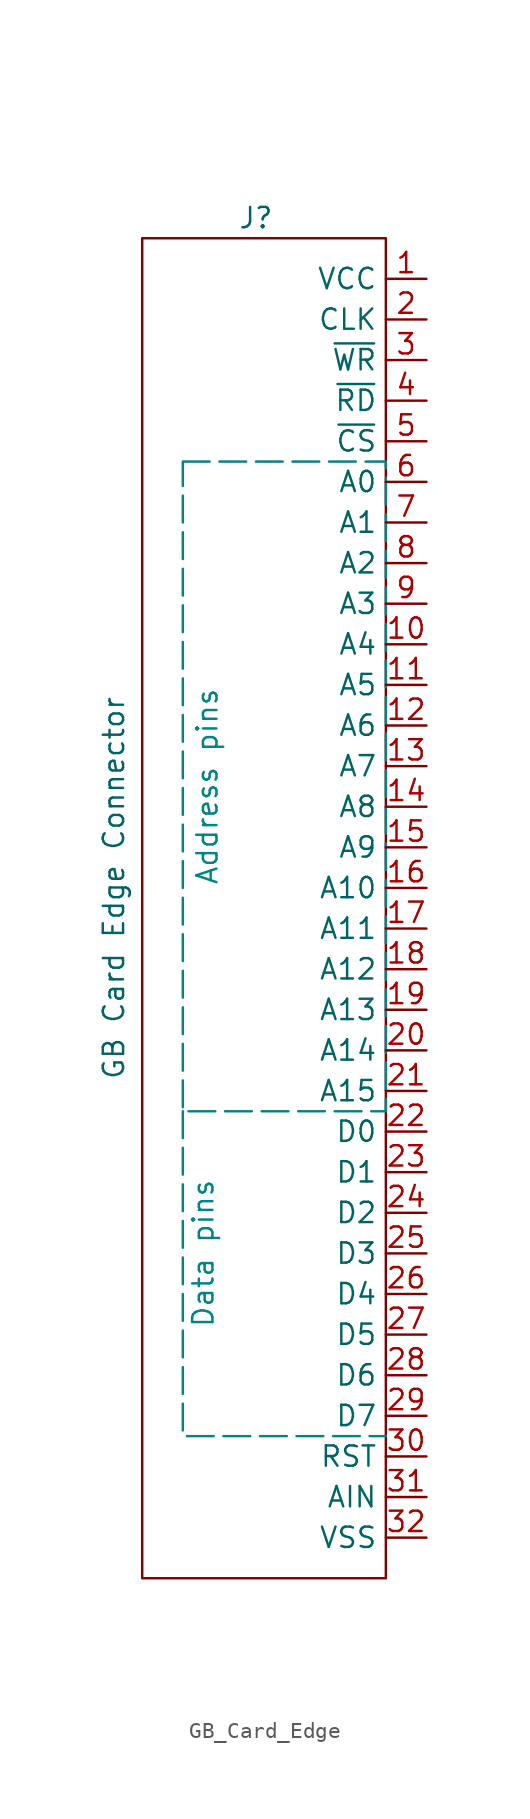
<source format=kicad_sym>
(kicad_symbol_lib
  (version 20241209)
  (generator "kicad_symbol_editor")
  (generator_version "9.0")
  (symbol "GB_Card_Edge"
    (property "Reference" "J"
      (at -10.668 41.91 0)
      (effects (font (size 1.27 1.27))))
    (property "Value" "GB Card Edge Connector"
      (at -19.558 0 90)
      (effects (font (size 1.27 1.27))))
    (symbol "GB_Card_Edge_0_1"
      (rectangle (start -17.78 40.64) (end -2.54 -43.18) (stroke (width 0) (type default)) (fill (type none))))
    (symbol "GB_Card_Edge_1_1"
      (rectangle (start -15.24 26.67) (end -2.54 -13.97) (stroke (width 0) (type dash) (color 0 132 132 1)) (fill (type none)))
      (polyline (pts (xy -15.24 -13.97) (xy -15.24 -34.29) (xy -2.54 -34.29)) (stroke (width 0) (type dash) (color 0 132 132 1)) (fill (type none)))
      (text "Data pins" (at -13.97 -22.86 900) (effects (font (size 1.27 1.27) (color 0 132 132 1))))
      (text "Address pins" (at -13.716 6.35 900) (effects (font (size 1.27 1.27) (color 0 132 132 1))))
      (pin power_in line (at 0 38.1 180) (length 2.54) (name "VCC" (effects (font (size 1.27 1.27)))) (number "1" (effects (font (size 1.27 1.27)))))
      (pin input line (at 0 35.56 180) (length 2.54) (name "CLK" (effects (font (size 1.27 1.27)))) (number "2" (effects (font (size 1.27 1.27)))))
      (pin input line (at 0 33.02 180) (length 2.54) (name "~{WR}" (effects (font (size 1.27 1.27)))) (number "3" (effects (font (size 1.27 1.27)))))
      (pin input line (at 0 30.48 180) (length 2.54) (name "~{RD}" (effects (font (size 1.27 1.27)))) (number "4" (effects (font (size 1.27 1.27)))))
      (pin input line (at 0 27.94 180) (length 2.54) (name "~{CS}" (effects (font (size 1.27 1.27)))) (number "5" (effects (font (size 1.27 1.27)))))
      (pin input line (at 0 25.4 180) (length 2.54) (name "A0" (effects (font (size 1.27 1.27)))) (number "6" (effects (font (size 1.27 1.27)))))
      (pin input line (at 0 22.86 180) (length 2.54) (name "A1" (effects (font (size 1.27 1.27)))) (number "7" (effects (font (size 1.27 1.27)))))
      (pin input line (at 0 20.32 180) (length 2.54) (name "A2" (effects (font (size 1.27 1.27)))) (number "8" (effects (font (size 1.27 1.27)))))
      (pin input line (at 0 17.78 180) (length 2.54) (name "A3" (effects (font (size 1.27 1.27)))) (number "9" (effects (font (size 1.27 1.27)))))
      (pin input line (at 0 15.24 180) (length 2.54) (name "A4" (effects (font (size 1.27 1.27)))) (number "10" (effects (font (size 1.27 1.27)))))
      (pin input line (at 0 12.7 180) (length 2.54) (name "A5" (effects (font (size 1.27 1.27)))) (number "11" (effects (font (size 1.27 1.27)))))
      (pin input line (at 0 10.16 180) (length 2.54) (name "A6" (effects (font (size 1.27 1.27)))) (number "12" (effects (font (size 1.27 1.27)))))
      (pin input line (at 0 7.62 180) (length 2.54) (name "A7" (effects (font (size 1.27 1.27)))) (number "13" (effects (font (size 1.27 1.27)))))
      (pin input line (at 0 5.08 180) (length 2.54) (name "A8" (effects (font (size 1.27 1.27)))) (number "14" (effects (font (size 1.27 1.27)))))
      (pin input line (at 0 2.54 180) (length 2.54) (name "A9" (effects (font (size 1.27 1.27)))) (number "15" (effects (font (size 1.27 1.27)))))
      (pin input line (at 0 0 180) (length 2.54) (name "A10" (effects (font (size 1.27 1.27)))) (number "16" (effects (font (size 1.27 1.27)))))
      (pin input line (at 0 -2.54 180) (length 2.54) (name "A11" (effects (font (size 1.27 1.27)))) (number "17" (effects (font (size 1.27 1.27)))))
      (pin input line (at 0 -5.08 180) (length 2.54) (name "A12" (effects (font (size 1.27 1.27)))) (number "18" (effects (font (size 1.27 1.27)))))
      (pin input line (at 0 -7.62 180) (length 2.54) (name "A13" (effects (font (size 1.27 1.27)))) (number "19" (effects (font (size 1.27 1.27)))))
      (pin input line (at 0 -10.16 180) (length 2.54) (name "A14" (effects (font (size 1.27 1.27)))) (number "20" (effects (font (size 1.27 1.27)))))
      (pin input line (at 0 -12.7 180) (length 2.54) (name "A15" (effects (font (size 1.27 1.27)))) (number "21" (effects (font (size 1.27 1.27)))))
      (pin input line (at 0 -15.24 180) (length 2.54) (name "D0" (effects (font (size 1.27 1.27)))) (number "22" (effects (font (size 1.27 1.27)))))
      (pin input line (at 0 -17.78 180) (length 2.54) (name "D1" (effects (font (size 1.27 1.27)))) (number "23" (effects (font (size 1.27 1.27)))))
      (pin input line (at 0 -20.32 180) (length 2.54) (name "D2" (effects (font (size 1.27 1.27)))) (number "24" (effects (font (size 1.27 1.27)))))
      (pin input line (at 0 -22.86 180) (length 2.54) (name "D3" (effects (font (size 1.27 1.27)))) (number "25" (effects (font (size 1.27 1.27)))))
      (pin input line (at 0 -25.4 180) (length 2.54) (name "D4" (effects (font (size 1.27 1.27)))) (number "26" (effects (font (size 1.27 1.27)))))
      (pin input line (at 0 -27.94 180) (length 2.54) (name "D5" (effects (font (size 1.27 1.27)))) (number "27" (effects (font (size 1.27 1.27)))))
      (pin input line (at 0 -30.48 180) (length 2.54) (name "D6" (effects (font (size 1.27 1.27)))) (number "28" (effects (font (size 1.27 1.27)))))
      (pin input line (at 0 -33.02 180) (length 2.54) (name "D7" (effects (font (size 1.27 1.27)))) (number "29" (effects (font (size 1.27 1.27)))))
      (pin input line (at 0 -35.56 180) (length 2.54) (name "RST" (effects (font (size 1.27 1.27)))) (number "30" (effects (font (size 1.27 1.27)))))
      (pin input line (at 0 -38.1 180) (length 2.54) (name "AIN" (effects (font (size 1.27 1.27)))) (number "31" (effects (font (size 1.27 1.27)))))
      (pin power_in line (at 0 -40.64 180) (length 2.54) (name "VSS" (effects (font (size 1.27 1.27)))) (number "32" (effects (font (size 1.27 1.27))))))))
</source>
